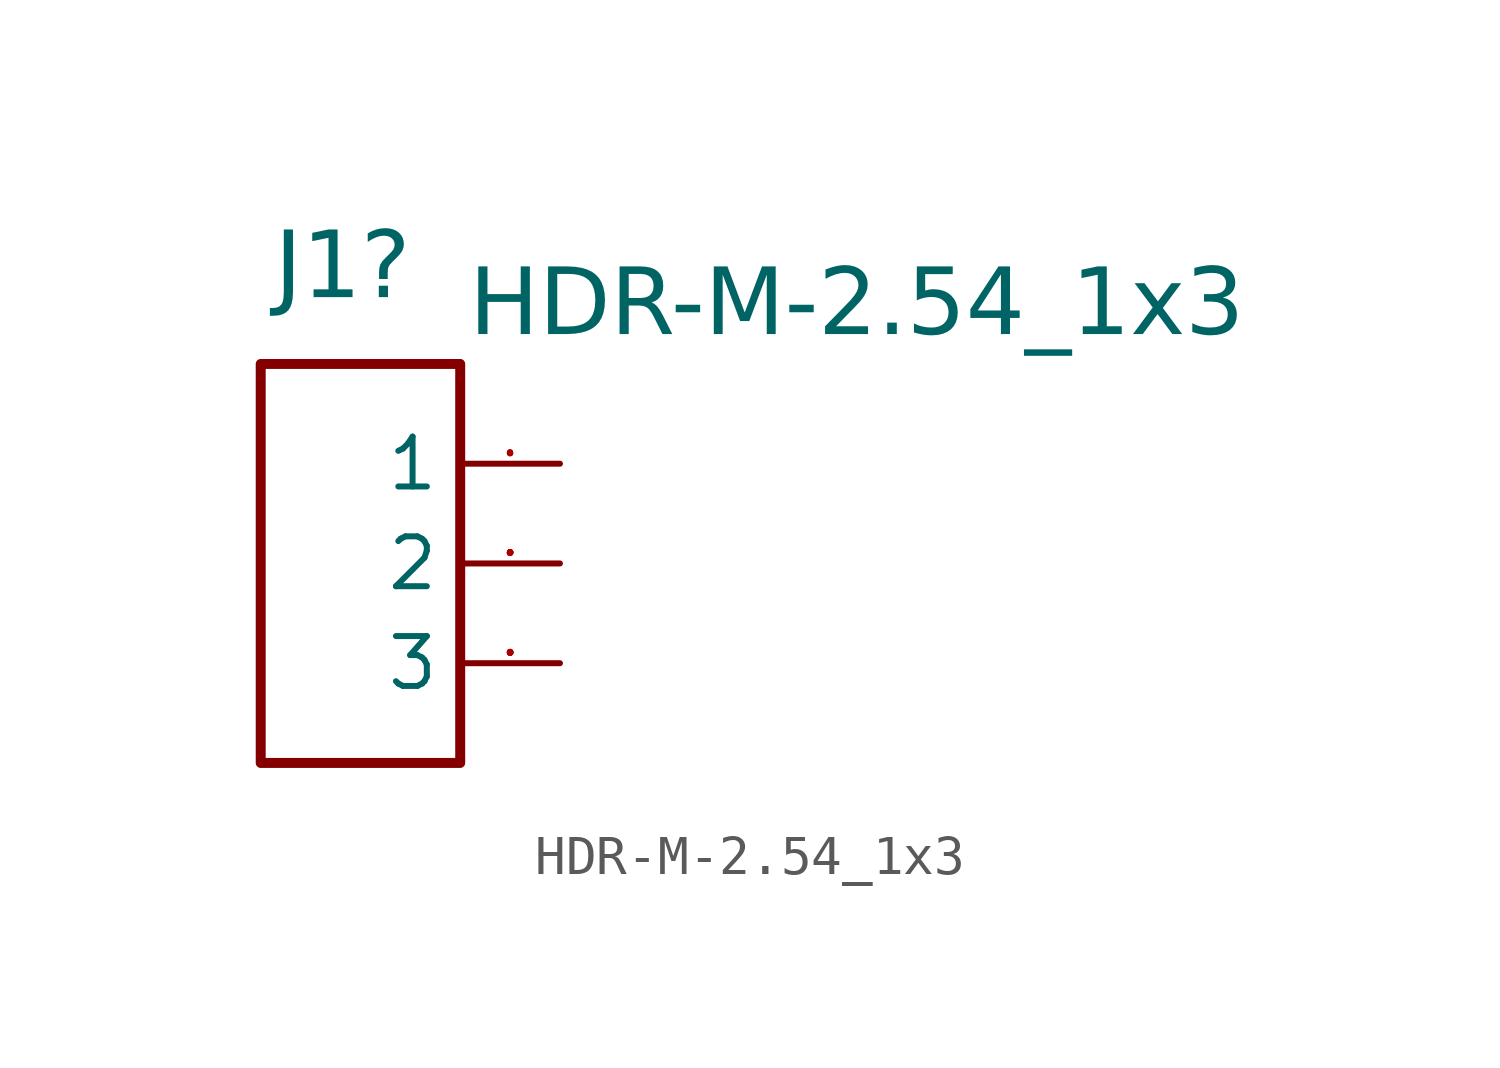
<source format=kicad_sym>
(kicad_symbol_lib
  (version 20231120)
  (generator "kicad_symbol_editor")
  (generator_version "8.0")
  (symbol "HDR-M-2.54_1x3"
    (property "Reference" "J1"
      (at 0 8.471 0)
      (effects (font (face "Arial") (size 1.689 1.689)) (justify right top)))
    (property "Value" "HDR-M-2.54_1x3"
      (at 1.499 7.531 0)
      (effects (font (face "Arial") (size 1.689 1.689)) (justify left top)))
    (symbol "HDR-M-2.54_1x3_0_0"
      (rectangle (start -3.81 5.08) (end 1.27 -5.08) (stroke (width 0.254) (type solid)) (fill (type none)))
      (pin input line (at 3.81 2.54 180) (length 2.54) (name "1" (effects (font (size 1.27 1.27)))) (number "1" (effects (font (size 0.025 0.025)))))
      (pin input line (at 3.81 0 180) (length 2.54) (name "2" (effects (font (size 1.27 1.27)))) (number "2" (effects (font (size 0.025 0.025)))))
      (pin input line (at 3.81 -2.54 180) (length 2.54) (name "3" (effects (font (size 1.27 1.27)))) (number "3" (effects (font (size 0.025 0.025))))))))
</source>
